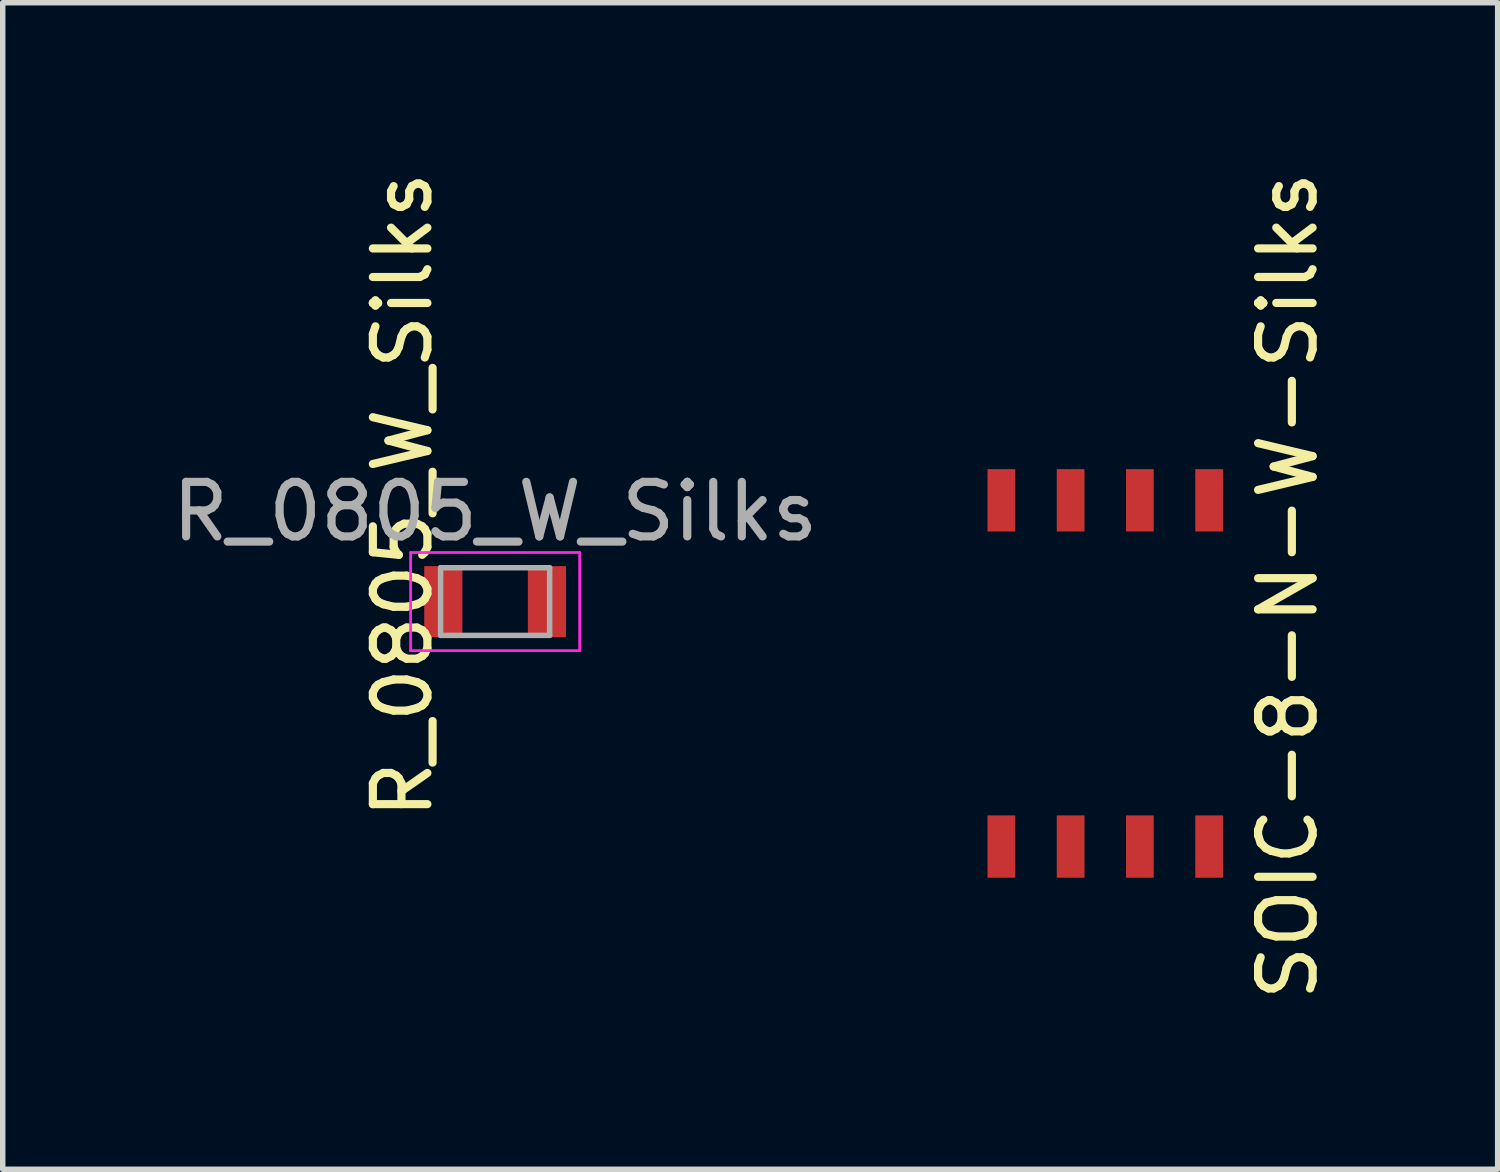
<source format=kicad_pcb>
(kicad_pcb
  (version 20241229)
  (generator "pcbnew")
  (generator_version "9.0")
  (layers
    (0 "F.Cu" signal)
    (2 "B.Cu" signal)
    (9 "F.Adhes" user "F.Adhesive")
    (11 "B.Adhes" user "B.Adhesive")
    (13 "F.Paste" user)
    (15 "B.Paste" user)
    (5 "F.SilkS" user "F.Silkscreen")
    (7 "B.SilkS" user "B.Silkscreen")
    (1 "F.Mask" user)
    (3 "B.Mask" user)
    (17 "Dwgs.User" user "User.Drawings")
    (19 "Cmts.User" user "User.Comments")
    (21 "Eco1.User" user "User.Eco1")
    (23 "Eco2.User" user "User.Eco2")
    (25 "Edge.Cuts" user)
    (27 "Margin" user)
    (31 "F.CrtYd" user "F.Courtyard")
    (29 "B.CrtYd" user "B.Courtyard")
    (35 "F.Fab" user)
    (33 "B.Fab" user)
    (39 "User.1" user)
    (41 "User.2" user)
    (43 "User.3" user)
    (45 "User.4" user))
  (footprint "R_0805_W_Silks"
    (layer "F.Cu")
    (at 6.03 7.982)
    (property "Reference" "R_0805_W_Silks" (at -1.697 -1.952 90) (layer "F.SilkS") (effects (font (size 1 1) (thickness 0.15))))
    (attr smd)
    (fp_line (start -1.55 -0.9) (end -1.55 0.9) (stroke (width 0.05) (type solid)) (layer "F.CrtYd"))
    (fp_line (start -1.55 -0.9) (end 1.55 -0.9) (stroke (width 0.05) (type solid)) (layer "F.CrtYd"))
    (fp_line (start 1.55 0.9) (end -1.55 0.9) (stroke (width 0.05) (type solid)) (layer "F.CrtYd"))
    (fp_line (start 1.55 0.9) (end 1.55 -0.9) (stroke (width 0.05) (type solid)) (layer "F.CrtYd"))
    (fp_line (start -1 -0.62) (end 1 -0.62) (stroke (width 0.1) (type solid)) (layer "F.Fab"))
    (fp_line (start -1 0.62) (end -1 -0.62) (stroke (width 0.1) (type solid)) (layer "F.Fab"))
    (fp_line (start 1 -0.62) (end 1 0.62) (stroke (width 0.1) (type solid)) (layer "F.Fab"))
    (fp_line (start 1 0.62) (end -1 0.62) (stroke (width 0.1) (type solid)) (layer "F.Fab"))
    (fp_text user "${REFERENCE}" (at 0 -1.65 0) (layer "F.Fab") (effects (font (size 1 1) (thickness 0.15))))
    (pad "1" smd rect (at -0.95 0) (size 0.7 1.3) (layers "F.Cu" "F.Mask" "F.Paste"))
    (pad "2" smd rect (at 0.95 0) (size 0.7 1.3) (layers "F.Cu" "F.Mask" "F.Paste")))
  (footprint "SOIC-8-N-W-Silks"
    (layer "F.Cu")
    (at 17.219 9.3)
    (property "Reference" "SOIC-8-N-W-Silks" (at 3.348 -1.604 90) (layer "F.SilkS") (effects (font (size 1 1) (thickness 0.15))))
    (attr smd)
    (pad "1" smd rect (at -1.905 3.175) (size 0.508 1.143) (layers "F.Cu" "F.Mask" "F.Paste"))
    (pad "2" smd rect (at -0.635 3.175) (size 0.508 1.143) (layers "F.Cu" "F.Mask" "F.Paste"))
    (pad "3" smd rect (at 0.635 3.175) (size 0.508 1.143) (layers "F.Cu" "F.Mask" "F.Paste"))
    (pad "4" smd rect (at 1.905 3.175) (size 0.508 1.143) (layers "F.Cu" "F.Mask" "F.Paste"))
    (pad "5" smd rect (at 1.905 -3.175) (size 0.508 1.143) (layers "F.Cu" "F.Mask" "F.Paste"))
    (pad "6" smd rect (at 0.635 -3.175) (size 0.508 1.143) (layers "F.Cu" "F.Mask" "F.Paste"))
    (pad "7" smd rect (at -0.635 -3.175) (size 0.508 1.143) (layers "F.Cu" "F.Mask" "F.Paste"))
    (pad "8" smd rect (at -1.905 -3.175) (size 0.508 1.143) (layers "F.Cu" "F.Mask" "F.Paste")))
  (gr_rect
    (start -3 -3)
    (end 24.415 18.393)
    (stroke (width 0.1) (type default))
    (fill no)
    (layer "Edge.Cuts")))
</source>
